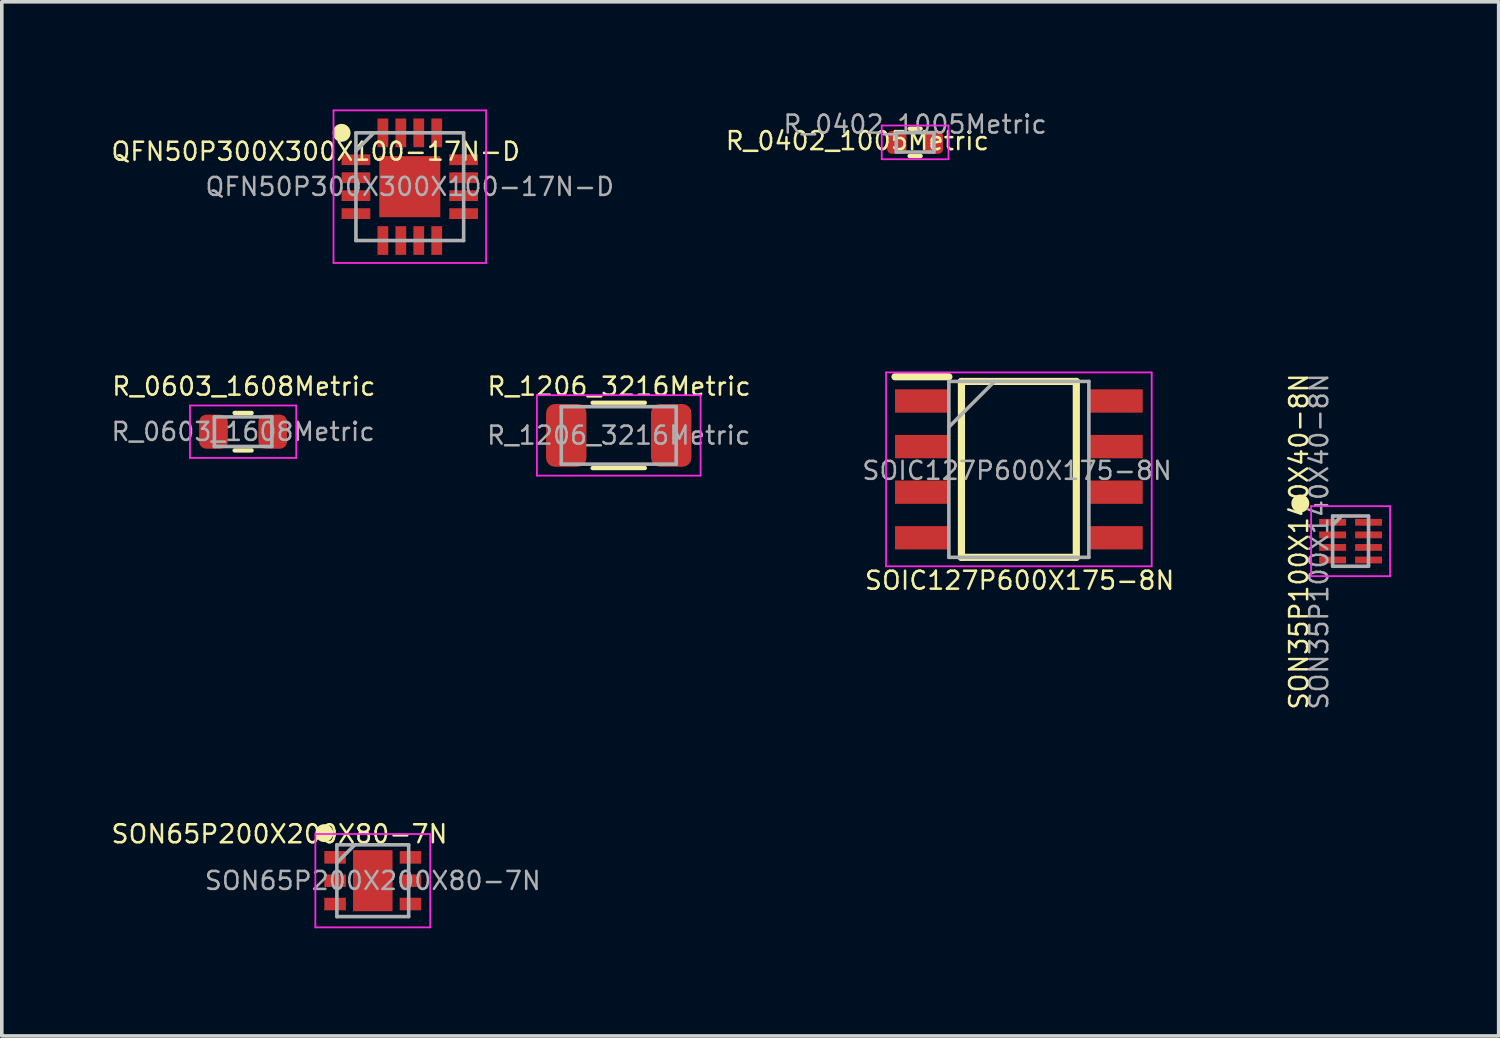
<source format=kicad_pcb>
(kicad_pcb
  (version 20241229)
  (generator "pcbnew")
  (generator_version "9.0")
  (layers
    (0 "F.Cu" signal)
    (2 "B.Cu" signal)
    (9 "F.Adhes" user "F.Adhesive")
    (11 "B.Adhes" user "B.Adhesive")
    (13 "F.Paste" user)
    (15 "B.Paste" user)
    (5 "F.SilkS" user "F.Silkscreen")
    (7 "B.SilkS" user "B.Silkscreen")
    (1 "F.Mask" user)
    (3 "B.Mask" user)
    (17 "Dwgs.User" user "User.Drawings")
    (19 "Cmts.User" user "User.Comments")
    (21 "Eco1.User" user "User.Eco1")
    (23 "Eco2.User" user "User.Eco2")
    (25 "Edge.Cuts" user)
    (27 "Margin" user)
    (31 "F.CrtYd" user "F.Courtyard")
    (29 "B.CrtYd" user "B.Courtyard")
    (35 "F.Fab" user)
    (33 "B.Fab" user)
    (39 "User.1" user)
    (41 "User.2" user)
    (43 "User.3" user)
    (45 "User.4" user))
  (footprint "R_0603_1608Metric"
    (layer "F.Cu")
    (at 3.722 8.975)
    (property "Reference" "R_0603_1608Metric" (at 0.02 -1.26 180) (layer "F.SilkS") (effects (font (size 0.5 0.5) (thickness 0.07))))
    (attr smd)
    (fp_line (start -0.237 -0.522) (end 0.237 -0.522) (stroke (width 0.12) (type solid)) (layer "F.SilkS"))
    (fp_line (start -0.237 0.522) (end 0.237 0.522) (stroke (width 0.12) (type solid)) (layer "F.SilkS"))
    (fp_line (start -1.48 -0.73) (end 1.48 -0.73) (stroke (width 0.05) (type solid)) (layer "F.CrtYd"))
    (fp_line (start -1.48 0.73) (end -1.48 -0.73) (stroke (width 0.05) (type solid)) (layer "F.CrtYd"))
    (fp_line (start 1.48 -0.73) (end 1.48 0.73) (stroke (width 0.05) (type solid)) (layer "F.CrtYd"))
    (fp_line (start 1.48 0.73) (end -1.48 0.73) (stroke (width 0.05) (type solid)) (layer "F.CrtYd"))
    (fp_line (start -0.8 -0.412) (end 0.8 -0.412) (stroke (width 0.1) (type solid)) (layer "F.Fab"))
    (fp_line (start -0.8 0.412) (end -0.8 -0.412) (stroke (width 0.1) (type solid)) (layer "F.Fab"))
    (fp_line (start 0.8 -0.412) (end 0.8 0.412) (stroke (width 0.1) (type solid)) (layer "F.Fab"))
    (fp_line (start 0.8 0.412) (end -0.8 0.412) (stroke (width 0.1) (type solid)) (layer "F.Fab"))
    (fp_text user "${REFERENCE}" (at 0 0 180) (layer "F.Fab") (effects (font (size 0.5 0.5) (thickness 0.07))))
    (pad "1" smd roundrect (at -0.825 0) (size 0.8 0.95) (layers "F.Cu" "F.Mask" "F.Paste") (roundrect_rratio 0.25))
    (pad "2" smd roundrect (at 0.825 0) (size 0.8 0.95) (layers "F.Cu" "F.Mask" "F.Paste") (roundrect_rratio 0.25)))
  (footprint "SON65P200X200X80-7N"
    (layer "F.Cu")
    (at 7.334 21.482)
    (property "Reference" "SON65P200X200X80-7N" (at -2.6 -1.3 180) (layer "F.SilkS") (effects (font (size 0.5 0.5) (thickness 0.07))))
    (attr smd)
    (fp_circle (center -1.35 -1.325) (end -1.35 -1.2) (stroke (width 0.25) (type solid)) (fill no) (layer "F.SilkS"))
    (fp_line (start -1.6 -1.3) (end 1.6 -1.3) (stroke (width 0.05) (type solid)) (layer "F.CrtYd"))
    (fp_line (start -1.6 1.3) (end -1.6 -1.3) (stroke (width 0.05) (type solid)) (layer "F.CrtYd"))
    (fp_line (start 1.6 -1.3) (end 1.6 1.3) (stroke (width 0.05) (type solid)) (layer "F.CrtYd"))
    (fp_line (start 1.6 1.3) (end -1.6 1.3) (stroke (width 0.05) (type solid)) (layer "F.CrtYd"))
    (fp_line (start -1 -1) (end 1 -1) (stroke (width 0.1) (type solid)) (layer "F.Fab"))
    (fp_line (start -1 -0.5) (end -0.5 -1) (stroke (width 0.1) (type solid)) (layer "F.Fab"))
    (fp_line (start -1 1) (end -1 -1) (stroke (width 0.1) (type solid)) (layer "F.Fab"))
    (fp_line (start 1 -1) (end 1 1) (stroke (width 0.1) (type solid)) (layer "F.Fab"))
    (fp_line (start 1 1) (end -1 1) (stroke (width 0.1) (type solid)) (layer "F.Fab"))
    (fp_text user "${REFERENCE}" (at 0 0 180) (layer "F.Fab") (effects (font (size 0.5 0.5) (thickness 0.07))))
    (pad "1" smd rect (at -1.05 -0.65 90) (size 0.35 0.6) (layers "F.Cu" "F.Mask" "F.Paste"))
    (pad "2" smd rect (at -1.05 0 90) (size 0.35 0.6) (layers "F.Cu" "F.Mask" "F.Paste"))
    (pad "3" smd rect (at -1.05 0.65 90) (size 0.35 0.6) (layers "F.Cu" "F.Mask" "F.Paste"))
    (pad "4" smd rect (at 1.05 0.65 90) (size 0.35 0.6) (layers "F.Cu" "F.Mask" "F.Paste"))
    (pad "5" smd rect (at 1.05 0 90) (size 0.35 0.6) (layers "F.Cu" "F.Mask" "F.Paste"))
    (pad "6" smd rect (at 1.05 -0.65 90) (size 0.35 0.6) (layers "F.Cu" "F.Mask" "F.Paste"))
    (pad "7" smd rect (at 0 0) (size 1.1 1.7) (layers "F.Cu" "F.Mask" "F.Paste")))
  (footprint "SON35P100X140X40-8N"
    (layer "F.Cu")
    (at 34.571 12.024)
    (property "Reference" "SON35P100X140X40-8N" (at -1.44 0.01 270) (layer "F.SilkS") (effects (font (size 0.5 0.5) (thickness 0.07))))
    (attr smd)
    (fp_circle (center -1.4 -1.05) (end -1.4 -0.925) (stroke (width 0.25) (type solid)) (fill no) (layer "F.SilkS"))
    (fp_line (start -1.1 -0.975) (end 1.1 -0.975) (stroke (width 0.05) (type solid)) (layer "F.CrtYd"))
    (fp_line (start -1.1 0.975) (end -1.1 -0.975) (stroke (width 0.05) (type solid)) (layer "F.CrtYd"))
    (fp_line (start 1.1 -0.975) (end 1.1 0.975) (stroke (width 0.05) (type solid)) (layer "F.CrtYd"))
    (fp_line (start 1.1 0.975) (end -1.1 0.975) (stroke (width 0.05) (type solid)) (layer "F.CrtYd"))
    (fp_line (start -0.5 -0.7) (end 0.5 -0.7) (stroke (width 0.1) (type solid)) (layer "F.Fab"))
    (fp_line (start -0.5 -0.45) (end -0.25 -0.7) (stroke (width 0.1) (type solid)) (layer "F.Fab"))
    (fp_line (start -0.5 0.7) (end -0.5 -0.7) (stroke (width 0.1) (type solid)) (layer "F.Fab"))
    (fp_line (start 0.5 -0.7) (end 0.5 0.7) (stroke (width 0.1) (type solid)) (layer "F.Fab"))
    (fp_line (start 0.5 0.7) (end -0.5 0.7) (stroke (width 0.1) (type solid)) (layer "F.Fab"))
    (fp_text user "${REFERENCE}" (at -0.88 0.01 270) (layer "F.Fab") (effects (font (size 0.5 0.5) (thickness 0.07))))
    (pad "1" smd rect (at -0.5 -0.525 90) (size 0.19 0.75) (layers "F.Cu" "F.Mask" "F.Paste"))
    (pad "2" smd rect (at -0.5 -0.175 90) (size 0.19 0.75) (layers "F.Cu" "F.Mask" "F.Paste"))
    (pad "3" smd rect (at -0.5 0.175 90) (size 0.19 0.75) (layers "F.Cu" "F.Mask" "F.Paste"))
    (pad "4" smd rect (at -0.5 0.525 90) (size 0.19 0.75) (layers "F.Cu" "F.Mask" "F.Paste"))
    (pad "5" smd rect (at 0.5 0.525 90) (size 0.19 0.75) (layers "F.Cu" "F.Mask" "F.Paste"))
    (pad "6" smd rect (at 0.5 0.175 90) (size 0.19 0.75) (layers "F.Cu" "F.Mask" "F.Paste"))
    (pad "7" smd rect (at 0.5 -0.175 90) (size 0.19 0.75) (layers "F.Cu" "F.Mask" "F.Paste"))
    (pad "8" smd rect (at 0.5 -0.525 90) (size 0.19 0.75) (layers "F.Cu" "F.Mask" "F.Paste")))
  (footprint "SOIC127P600X175-8N"
    (layer "F.Cu")
    (at 25.331 10.025)
    (property "Reference" "SOIC127P600X175-8N" (at 0.02 3.095 0) (layer "F.SilkS") (effects (font (size 0.5 0.5) (thickness 0.07))))
    (attr smd)
    (fp_line (start -3.45 -2.58) (end -1.95 -2.58) (stroke (width 0.2) (type solid)) (layer "F.SilkS"))
    (fp_line (start -1.6 -2.45) (end 1.6 -2.45) (stroke (width 0.2) (type solid)) (layer "F.SilkS"))
    (fp_line (start -1.6 2.45) (end -1.6 -2.45) (stroke (width 0.2) (type solid)) (layer "F.SilkS"))
    (fp_line (start 1.6 -2.45) (end 1.6 2.45) (stroke (width 0.2) (type solid)) (layer "F.SilkS"))
    (fp_line (start 1.6 2.45) (end -1.6 2.45) (stroke (width 0.2) (type solid)) (layer "F.SilkS"))
    (fp_line (start -3.7 -2.7) (end 3.7 -2.7) (stroke (width 0.05) (type solid)) (layer "F.CrtYd"))
    (fp_line (start -3.7 2.7) (end -3.7 -2.7) (stroke (width 0.05) (type solid)) (layer "F.CrtYd"))
    (fp_line (start 3.7 -2.7) (end 3.7 2.7) (stroke (width 0.05) (type solid)) (layer "F.CrtYd"))
    (fp_line (start 3.7 2.7) (end -3.7 2.7) (stroke (width 0.05) (type solid)) (layer "F.CrtYd"))
    (fp_line (start -1.95 -2.45) (end 1.95 -2.45) (stroke (width 0.1) (type solid)) (layer "F.Fab"))
    (fp_line (start -1.95 -1.18) (end -0.68 -2.45) (stroke (width 0.1) (type solid)) (layer "F.Fab"))
    (fp_line (start -1.95 2.45) (end -1.95 -2.45) (stroke (width 0.1) (type solid)) (layer "F.Fab"))
    (fp_line (start 1.95 -2.45) (end 1.95 2.45) (stroke (width 0.1) (type solid)) (layer "F.Fab"))
    (fp_line (start 1.95 2.45) (end -1.95 2.45) (stroke (width 0.1) (type solid)) (layer "F.Fab"))
    (fp_text user "${REFERENCE}" (at -0.05 0.035 0) (layer "F.Fab") (effects (font (size 0.5 0.5) (thickness 0.07))))
    (pad "1" smd rect (at -2.7 -1.905 90) (size 0.65 1.5) (layers "F.Cu" "F.Mask" "F.Paste"))
    (pad "2" smd rect (at -2.7 -0.635 90) (size 0.65 1.5) (layers "F.Cu" "F.Mask" "F.Paste"))
    (pad "3" smd rect (at -2.7 0.635 90) (size 0.65 1.5) (layers "F.Cu" "F.Mask" "F.Paste"))
    (pad "4" smd rect (at -2.7 1.905 90) (size 0.65 1.5) (layers "F.Cu" "F.Mask" "F.Paste"))
    (pad "5" smd rect (at 2.7 1.905 90) (size 0.65 1.5) (layers "F.Cu" "F.Mask" "F.Paste"))
    (pad "6" smd rect (at 2.7 0.635 90) (size 0.65 1.5) (layers "F.Cu" "F.Mask" "F.Paste"))
    (pad "7" smd rect (at 2.7 -0.635 90) (size 0.65 1.5) (layers "F.Cu" "F.Mask" "F.Paste"))
    (pad "8" smd rect (at 2.7 -1.905 90) (size 0.65 1.5) (layers "F.Cu" "F.Mask" "F.Paste")))
  (footprint "R_0402_1005Metric"
    (layer "F.Cu")
    (at 22.441 0.915)
    (property "Reference" "R_0402_1005Metric" (at -1.608 -0.04 0) (layer "F.SilkS") (effects (font (size 0.5 0.5) (thickness 0.07))))
    (attr smd)
    (fp_line (start -0.154 -0.38) (end 0.154 -0.38) (stroke (width 0.12) (type solid)) (layer "F.SilkS"))
    (fp_line (start -0.154 0.38) (end 0.154 0.38) (stroke (width 0.12) (type solid)) (layer "F.SilkS"))
    (fp_line (start -0.93 -0.47) (end 0.93 -0.47) (stroke (width 0.05) (type solid)) (layer "F.CrtYd"))
    (fp_line (start -0.93 0.47) (end -0.93 -0.47) (stroke (width 0.05) (type solid)) (layer "F.CrtYd"))
    (fp_line (start 0.93 -0.47) (end 0.93 0.47) (stroke (width 0.05) (type solid)) (layer "F.CrtYd"))
    (fp_line (start 0.93 0.47) (end -0.93 0.47) (stroke (width 0.05) (type solid)) (layer "F.CrtYd"))
    (fp_line (start -0.525 -0.27) (end 0.525 -0.27) (stroke (width 0.1) (type solid)) (layer "F.Fab"))
    (fp_line (start -0.525 0.27) (end -0.525 -0.27) (stroke (width 0.1) (type solid)) (layer "F.Fab"))
    (fp_line (start 0.525 -0.27) (end 0.525 0.27) (stroke (width 0.1) (type solid)) (layer "F.Fab"))
    (fp_line (start 0.525 0.27) (end -0.525 0.27) (stroke (width 0.1) (type solid)) (layer "F.Fab"))
    (fp_text user "${REFERENCE}" (at 0 -0.5 0) (layer "F.Fab") (effects (font (size 0.5 0.5) (thickness 0.07))))
    (pad "1" smd roundrect (at -0.51 0) (size 0.54 0.64) (layers "F.Cu" "F.Mask" "F.Paste") (roundrect_rratio 0.25))
    (pad "2" smd roundrect (at 0.51 0) (size 0.54 0.64) (layers "F.Cu" "F.Mask" "F.Paste") (roundrect_rratio 0.25)))
  (footprint "R_1206_3216Metric"
    (layer "F.Cu")
    (at 14.185 9.078)
    (property "Reference" "R_1206_3216Metric" (at 0.01 -1.363 0) (layer "F.SilkS") (effects (font (size 0.5 0.5) (thickness 0.07))))
    (attr smd)
    (fp_line (start -0.727 -0.91) (end 0.727 -0.91) (stroke (width 0.12) (type solid)) (layer "F.SilkS"))
    (fp_line (start -0.727 0.91) (end 0.727 0.91) (stroke (width 0.12) (type solid)) (layer "F.SilkS"))
    (fp_line (start -2.28 -1.12) (end 2.28 -1.12) (stroke (width 0.05) (type solid)) (layer "F.CrtYd"))
    (fp_line (start -2.28 1.12) (end -2.28 -1.12) (stroke (width 0.05) (type solid)) (layer "F.CrtYd"))
    (fp_line (start 2.28 -1.12) (end 2.28 1.12) (stroke (width 0.05) (type solid)) (layer "F.CrtYd"))
    (fp_line (start 2.28 1.12) (end -2.28 1.12) (stroke (width 0.05) (type solid)) (layer "F.CrtYd"))
    (fp_line (start -1.6 -0.8) (end 1.6 -0.8) (stroke (width 0.1) (type solid)) (layer "F.Fab"))
    (fp_line (start -1.6 0.8) (end -1.6 -0.8) (stroke (width 0.1) (type solid)) (layer "F.Fab"))
    (fp_line (start 1.6 -0.8) (end 1.6 0.8) (stroke (width 0.1) (type solid)) (layer "F.Fab"))
    (fp_line (start 1.6 0.8) (end -1.6 0.8) (stroke (width 0.1) (type solid)) (layer "F.Fab"))
    (fp_text user "${REFERENCE}" (at 0 0 0) (layer "F.Fab") (effects (font (size 0.5 0.5) (thickness 0.07))))
    (pad "1" smd roundrect (at -1.462 0) (size 1.125 1.75) (layers "F.Cu" "F.Mask" "F.Paste") (roundrect_rratio 0.222))
    (pad "2" smd roundrect (at 1.462 0) (size 1.125 1.75) (layers "F.Cu" "F.Mask" "F.Paste") (roundrect_rratio 0.222)))
  (footprint "QFN50P300X300X100-17N-D"
    (layer "F.Cu")
    (at 8.365 2.15)
    (property "Reference" "QFN50P300X300X100-17N-D" (at -2.62 -0.98 180) (layer "F.SilkS") (effects (font (size 0.5 0.5) (thickness 0.07))))
    (attr smd)
    (fp_circle (center -1.9 -1.5) (end -1.9 -1.375) (stroke (width 0.25) (type solid)) (fill no) (layer "F.SilkS"))
    (fp_line (start -2.125 -2.125) (end 2.125 -2.125) (stroke (width 0.05) (type solid)) (layer "F.CrtYd"))
    (fp_line (start -2.125 2.125) (end -2.125 -2.125) (stroke (width 0.05) (type solid)) (layer "F.CrtYd"))
    (fp_line (start 2.125 -2.125) (end 2.125 2.125) (stroke (width 0.05) (type solid)) (layer "F.CrtYd"))
    (fp_line (start 2.125 2.125) (end -2.125 2.125) (stroke (width 0.05) (type solid)) (layer "F.CrtYd"))
    (fp_line (start -1.5 -1.5) (end 1.5 -1.5) (stroke (width 0.1) (type solid)) (layer "F.Fab"))
    (fp_line (start -1.5 -1) (end -1 -1.5) (stroke (width 0.1) (type solid)) (layer "F.Fab"))
    (fp_line (start -1.5 1.5) (end -1.5 -1.5) (stroke (width 0.1) (type solid)) (layer "F.Fab"))
    (fp_line (start 1.5 -1.5) (end 1.5 1.5) (stroke (width 0.1) (type solid)) (layer "F.Fab"))
    (fp_line (start 1.5 1.5) (end -1.5 1.5) (stroke (width 0.1) (type solid)) (layer "F.Fab"))
    (fp_text user "${REFERENCE}" (at 0 0 180) (layer "F.Fab") (effects (font (size 0.5 0.5) (thickness 0.07))))
    (pad "1" smd rect (at -1.5 -0.75 90) (size 0.3 0.8) (layers "F.Cu" "F.Mask" "F.Paste"))
    (pad "2" smd rect (at -1.5 -0.25 90) (size 0.3 0.8) (layers "F.Cu" "F.Mask" "F.Paste"))
    (pad "3" smd rect (at -1.5 0.25 90) (size 0.3 0.8) (layers "F.Cu" "F.Mask" "F.Paste"))
    (pad "4" smd rect (at -1.5 0.75 90) (size 0.3 0.8) (layers "F.Cu" "F.Mask" "F.Paste"))
    (pad "5" smd rect (at -0.75 1.5) (size 0.3 0.8) (layers "F.Cu" "F.Mask" "F.Paste"))
    (pad "6" smd rect (at -0.25 1.5) (size 0.3 0.8) (layers "F.Cu" "F.Mask" "F.Paste"))
    (pad "7" smd rect (at 0.25 1.5) (size 0.3 0.8) (layers "F.Cu" "F.Mask" "F.Paste"))
    (pad "8" smd rect (at 0.75 1.5) (size 0.3 0.8) (layers "F.Cu" "F.Mask" "F.Paste"))
    (pad "9" smd rect (at 1.5 0.75 90) (size 0.3 0.8) (layers "F.Cu" "F.Mask" "F.Paste"))
    (pad "10" smd rect (at 1.5 0.25 90) (size 0.3 0.8) (layers "F.Cu" "F.Mask" "F.Paste"))
    (pad "11" smd rect (at 1.5 -0.25 90) (size 0.3 0.8) (layers "F.Cu" "F.Mask" "F.Paste"))
    (pad "12" smd rect (at 1.5 -0.75 90) (size 0.3 0.8) (layers "F.Cu" "F.Mask" "F.Paste"))
    (pad "13" smd rect (at 0.75 -1.5) (size 0.3 0.8) (layers "F.Cu" "F.Mask" "F.Paste"))
    (pad "14" smd rect (at 0.25 -1.5) (size 0.3 0.8) (layers "F.Cu" "F.Mask" "F.Paste"))
    (pad "15" smd rect (at -0.25 -1.5) (size 0.3 0.8) (layers "F.Cu" "F.Mask" "F.Paste"))
    (pad "15" smd rect (at 0 0) (size 1.7 1.7) (layers "F.Cu" "F.Mask" "F.Paste"))
    (pad "16" smd rect (at -0.75 -1.5) (size 0.3 0.8) (layers "F.Cu" "F.Mask" "F.Paste")))
  (gr_rect
    (start -3 -3)
    (end 38.696 25.807)
    (stroke (width 0.1) (type default))
    (fill no)
    (layer "Edge.Cuts")))
</source>
